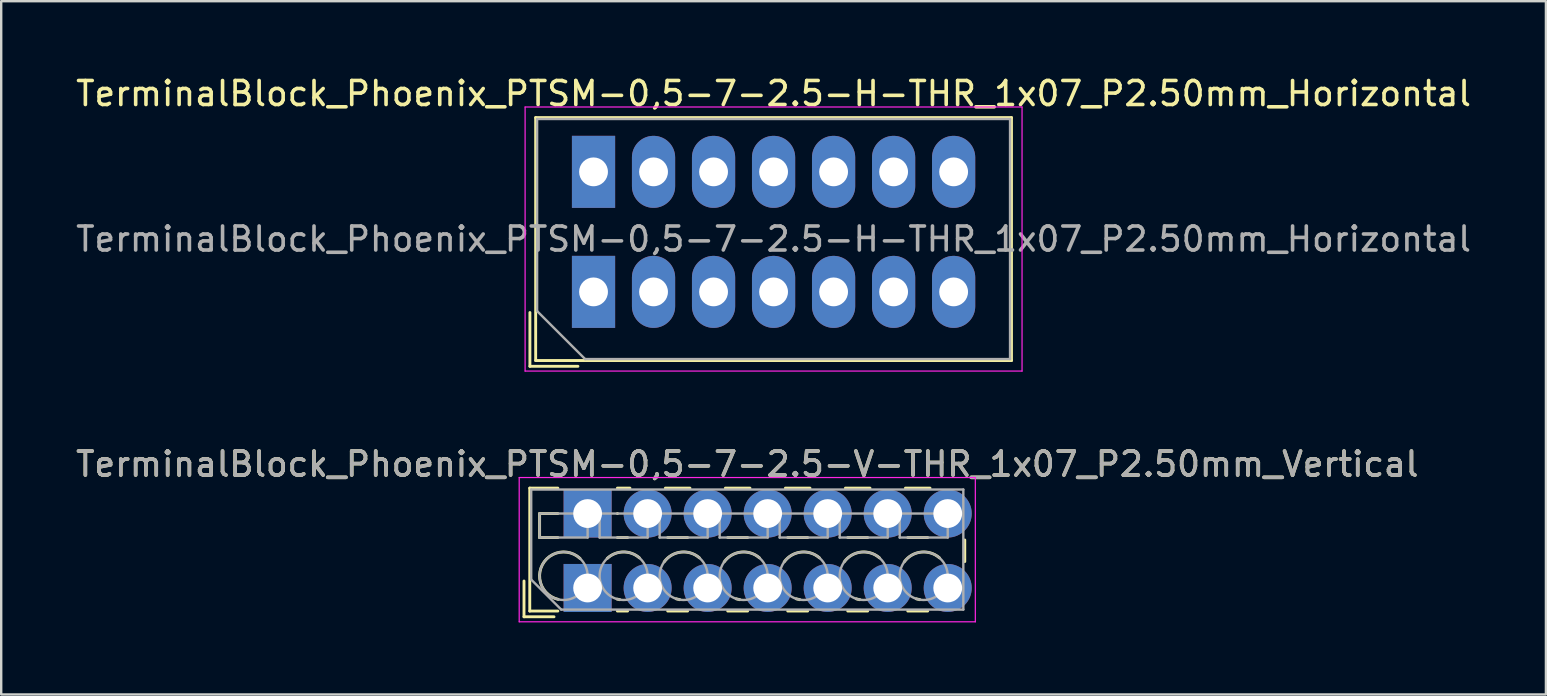
<source format=kicad_pcb>
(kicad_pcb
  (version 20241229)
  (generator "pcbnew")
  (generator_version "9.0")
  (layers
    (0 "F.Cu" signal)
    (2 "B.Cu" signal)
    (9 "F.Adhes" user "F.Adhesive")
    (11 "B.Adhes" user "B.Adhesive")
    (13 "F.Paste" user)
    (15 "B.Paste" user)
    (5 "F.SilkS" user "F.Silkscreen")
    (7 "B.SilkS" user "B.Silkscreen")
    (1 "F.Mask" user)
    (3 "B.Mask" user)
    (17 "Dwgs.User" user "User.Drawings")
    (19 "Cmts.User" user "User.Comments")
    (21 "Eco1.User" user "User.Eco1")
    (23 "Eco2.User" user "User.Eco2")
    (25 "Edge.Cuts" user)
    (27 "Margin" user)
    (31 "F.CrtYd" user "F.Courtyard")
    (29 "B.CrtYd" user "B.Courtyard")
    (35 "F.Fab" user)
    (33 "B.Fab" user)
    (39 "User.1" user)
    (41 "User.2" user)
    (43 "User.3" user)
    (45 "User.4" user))
  (footprint "TerminalBlock_Phoenix_PTSM-0,5-7-2.5-V-THR_1x07_P2.50mm_Vertical"
    (layer "F.Cu")
    (at 21.427 21.442)
    (property "Reference" "TerminalBlock_Phoenix_PTSM-0,5-7-2.5-V-THR_1x07_P2.50mm_Vertical" (at 6.65 -5.16 0) (layer "F.SilkS") (effects (font (size 1 1) (thickness 0.15))))
    (attr through_hole)
    (fp_line (start -2.65 -0.29) (end -2.65 1.2) (stroke (width 0.12) (type solid)) (layer "F.SilkS"))
    (fp_line (start -2.65 1.2) (end -1.4 1.2) (stroke (width 0.12) (type solid)) (layer "F.SilkS"))
    (fp_line (start -2.41 -4.16) (end -2.41 0.961) (stroke (width 0.12) (type solid)) (layer "F.SilkS"))
    (fp_line (start -2.41 -4.16) (end -1.24 -4.16) (stroke (width 0.12) (type solid)) (layer "F.SilkS"))
    (fp_line (start -2.41 0.961) (end -1.24 0.961) (stroke (width 0.12) (type solid)) (layer "F.SilkS"))
    (fp_line (start -2 -3.1) (end -2 -2.1) (stroke (width 0.12) (type solid)) (layer "F.SilkS"))
    (fp_line (start -2 -3.1) (end -1.24 -3.1) (stroke (width 0.12) (type solid)) (layer "F.SilkS"))
    (fp_line (start -2 -2.1) (end -1.24 -2.1) (stroke (width 0.12) (type solid)) (layer "F.SilkS"))
    (fp_line (start 1.24 -4.16) (end 1.763 -4.16) (stroke (width 0.12) (type solid)) (layer "F.SilkS"))
    (fp_line (start 1.24 -3.1) (end 1.245 -3.1) (stroke (width 0.12) (type solid)) (layer "F.SilkS"))
    (fp_line (start 1.24 -2.1) (end 1.665 -2.1) (stroke (width 0.12) (type solid)) (layer "F.SilkS"))
    (fp_line (start 1.24 0.961) (end 1.665 0.961) (stroke (width 0.12) (type solid)) (layer "F.SilkS"))
    (fp_line (start 3.238 -4.16) (end 4.263 -4.16) (stroke (width 0.12) (type solid)) (layer "F.SilkS"))
    (fp_line (start 3.336 -2.1) (end 4.165 -2.1) (stroke (width 0.12) (type solid)) (layer "F.SilkS"))
    (fp_line (start 3.336 0.961) (end 4.165 0.961) (stroke (width 0.12) (type solid)) (layer "F.SilkS"))
    (fp_line (start 5.738 -4.16) (end 6.763 -4.16) (stroke (width 0.12) (type solid)) (layer "F.SilkS"))
    (fp_line (start 5.836 -2.1) (end 6.665 -2.1) (stroke (width 0.12) (type solid)) (layer "F.SilkS"))
    (fp_line (start 5.836 0.961) (end 6.665 0.961) (stroke (width 0.12) (type solid)) (layer "F.SilkS"))
    (fp_line (start 8.238 -4.16) (end 9.263 -4.16) (stroke (width 0.12) (type solid)) (layer "F.SilkS"))
    (fp_line (start 8.336 -2.1) (end 9.165 -2.1) (stroke (width 0.12) (type solid)) (layer "F.SilkS"))
    (fp_line (start 8.336 0.961) (end 9.165 0.961) (stroke (width 0.12) (type solid)) (layer "F.SilkS"))
    (fp_line (start 10.738 -4.16) (end 11.763 -4.16) (stroke (width 0.12) (type solid)) (layer "F.SilkS"))
    (fp_line (start 10.836 -2.1) (end 11.665 -2.1) (stroke (width 0.12) (type solid)) (layer "F.SilkS"))
    (fp_line (start 10.836 0.961) (end 11.665 0.961) (stroke (width 0.12) (type solid)) (layer "F.SilkS"))
    (fp_line (start 13.238 -4.16) (end 14.263 -4.16) (stroke (width 0.12) (type solid)) (layer "F.SilkS"))
    (fp_line (start 13.336 -2.1) (end 14.165 -2.1) (stroke (width 0.12) (type solid)) (layer "F.SilkS"))
    (fp_line (start 13.336 0.961) (end 14.165 0.961) (stroke (width 0.12) (type solid)) (layer "F.SilkS"))
    (fp_line (start 15.71 -2) (end 15.71 -1.1) (stroke (width 0.12) (type solid)) (layer "F.SilkS"))
    (fp_arc (start -1.224629 0.474931) (mid -1.883573 -0.969306) (end -0.318 -1.232) (stroke (width 0.12) (type solid)) (layer "F.SilkS"))
    (fp_arc (start 0.817811 -1.23232) (mid 1.483053 -1.500693) (end 2.157 -1.255) (stroke (width 0.12) (type solid)) (layer "F.SilkS"))
    (fp_arc (start 1.344288 0.488343) (mid 1.284242 0.476994) (end 1.225 0.462) (stroke (width 0.12) (type solid)) (layer "F.SilkS"))
    (fp_arc (start 3.190612 -1.088697) (mid 3.887218 -1.494461) (end 4.657 -1.255) (stroke (width 0.12) (type solid)) (layer "F.SilkS"))
    (fp_arc (start 3.84373 0.488618) (mid 3.766646 0.47331) (end 3.691 0.452) (stroke (width 0.12) (type solid)) (layer "F.SilkS"))
    (fp_arc (start 5.690612 -1.088697) (mid 6.387218 -1.494461) (end 7.157 -1.255) (stroke (width 0.12) (type solid)) (layer "F.SilkS"))
    (fp_arc (start 6.34373 0.488618) (mid 6.266646 0.47331) (end 6.191 0.452) (stroke (width 0.12) (type solid)) (layer "F.SilkS"))
    (fp_arc (start 8.190612 -1.088697) (mid 8.887218 -1.494461) (end 9.657 -1.255) (stroke (width 0.12) (type solid)) (layer "F.SilkS"))
    (fp_arc (start 8.84373 0.488618) (mid 8.766646 0.47331) (end 8.691 0.452) (stroke (width 0.12) (type solid)) (layer "F.SilkS"))
    (fp_arc (start 10.690612 -1.088697) (mid 11.387218 -1.494461) (end 12.157 -1.255) (stroke (width 0.12) (type solid)) (layer "F.SilkS"))
    (fp_arc (start 11.34373 0.488618) (mid 11.266646 0.47331) (end 11.191 0.452) (stroke (width 0.12) (type solid)) (layer "F.SilkS"))
    (fp_arc (start 13.190612 -1.088697) (mid 13.887218 -1.494461) (end 14.657 -1.255) (stroke (width 0.12) (type solid)) (layer "F.SilkS"))
    (fp_arc (start 13.84373 0.488618) (mid 13.766646 0.47331) (end 13.691 0.452) (stroke (width 0.12) (type solid)) (layer "F.SilkS"))
    (fp_line (start -2.85 -4.6) (end -2.85 1.41) (stroke (width 0.05) (type solid)) (layer "F.CrtYd"))
    (fp_line (start -2.85 1.41) (end 16.15 1.41) (stroke (width 0.05) (type solid)) (layer "F.CrtYd"))
    (fp_line (start 16.15 -4.6) (end -2.85 -4.6) (stroke (width 0.05) (type solid)) (layer "F.CrtYd"))
    (fp_line (start 16.15 1.41) (end 16.15 -4.6) (stroke (width 0.05) (type solid)) (layer "F.CrtYd"))
    (fp_line (start -2.35 -4.1) (end 15.65 -4.1) (stroke (width 0.1) (type solid)) (layer "F.Fab"))
    (fp_line (start -2.35 -0.35) (end -2.35 -4.1) (stroke (width 0.1) (type solid)) (layer "F.Fab"))
    (fp_line (start -2 -3.1) (end -2 -2.1) (stroke (width 0.1) (type solid)) (layer "F.Fab"))
    (fp_line (start -2 -2.1) (end 0 -2.1) (stroke (width 0.1) (type solid)) (layer "F.Fab"))
    (fp_line (start -1.1 0.9) (end -2.35 -0.35) (stroke (width 0.1) (type solid)) (layer "F.Fab"))
    (fp_line (start 0 -3.1) (end -2 -3.1) (stroke (width 0.1) (type solid)) (layer "F.Fab"))
    (fp_line (start 0 -2.1) (end 0 -3.1) (stroke (width 0.1) (type solid)) (layer "F.Fab"))
    (fp_line (start 0.5 -3.1) (end 0.5 -2.1) (stroke (width 0.1) (type solid)) (layer "F.Fab"))
    (fp_line (start 0.5 -2.1) (end 2.5 -2.1) (stroke (width 0.1) (type solid)) (layer "F.Fab"))
    (fp_line (start 2.5 -3.1) (end 0.5 -3.1) (stroke (width 0.1) (type solid)) (layer "F.Fab"))
    (fp_line (start 2.5 -2.1) (end 2.5 -3.1) (stroke (width 0.1) (type solid)) (layer "F.Fab"))
    (fp_line (start 3 -3.1) (end 3 -2.1) (stroke (width 0.1) (type solid)) (layer "F.Fab"))
    (fp_line (start 3 -2.1) (end 5 -2.1) (stroke (width 0.1) (type solid)) (layer "F.Fab"))
    (fp_line (start 5 -3.1) (end 3 -3.1) (stroke (width 0.1) (type solid)) (layer "F.Fab"))
    (fp_line (start 5 -2.1) (end 5 -3.1) (stroke (width 0.1) (type solid)) (layer "F.Fab"))
    (fp_line (start 5.5 -3.1) (end 5.5 -2.1) (stroke (width 0.1) (type solid)) (layer "F.Fab"))
    (fp_line (start 5.5 -2.1) (end 7.5 -2.1) (stroke (width 0.1) (type solid)) (layer "F.Fab"))
    (fp_line (start 7.5 -3.1) (end 5.5 -3.1) (stroke (width 0.1) (type solid)) (layer "F.Fab"))
    (fp_line (start 7.5 -2.1) (end 7.5 -3.1) (stroke (width 0.1) (type solid)) (layer "F.Fab"))
    (fp_line (start 8 -3.1) (end 8 -2.1) (stroke (width 0.1) (type solid)) (layer "F.Fab"))
    (fp_line (start 8 -2.1) (end 10 -2.1) (stroke (width 0.1) (type solid)) (layer "F.Fab"))
    (fp_line (start 10 -3.1) (end 8 -3.1) (stroke (width 0.1) (type solid)) (layer "F.Fab"))
    (fp_line (start 10 -2.1) (end 10 -3.1) (stroke (width 0.1) (type solid)) (layer "F.Fab"))
    (fp_line (start 10.5 -3.1) (end 10.5 -2.1) (stroke (width 0.1) (type solid)) (layer "F.Fab"))
    (fp_line (start 10.5 -2.1) (end 12.5 -2.1) (stroke (width 0.1) (type solid)) (layer "F.Fab"))
    (fp_line (start 12.5 -3.1) (end 10.5 -3.1) (stroke (width 0.1) (type solid)) (layer "F.Fab"))
    (fp_line (start 12.5 -2.1) (end 12.5 -3.1) (stroke (width 0.1) (type solid)) (layer "F.Fab"))
    (fp_line (start 13 -3.1) (end 13 -2.1) (stroke (width 0.1) (type solid)) (layer "F.Fab"))
    (fp_line (start 13 -2.1) (end 15 -2.1) (stroke (width 0.1) (type solid)) (layer "F.Fab"))
    (fp_line (start 15 -3.1) (end 13 -3.1) (stroke (width 0.1) (type solid)) (layer "F.Fab"))
    (fp_line (start 15 -2.1) (end 15 -3.1) (stroke (width 0.1) (type solid)) (layer "F.Fab"))
    (fp_line (start 15.65 -4.1) (end 15.65 0.9) (stroke (width 0.1) (type solid)) (layer "F.Fab"))
    (fp_line (start 15.65 0.9) (end -1.1 0.9) (stroke (width 0.1) (type solid)) (layer "F.Fab"))
    (fp_circle (center -1 -0.5) (end 0 -0.5) (stroke (width 0.1) (type solid)) (fill no) (layer "F.Fab"))
    (fp_circle (center 1.5 -0.5) (end 2.5 -0.5) (stroke (width 0.1) (type solid)) (fill no) (layer "F.Fab"))
    (fp_circle (center 4 -0.5) (end 5 -0.5) (stroke (width 0.1) (type solid)) (fill no) (layer "F.Fab"))
    (fp_circle (center 6.5 -0.5) (end 7.5 -0.5) (stroke (width 0.1) (type solid)) (fill no) (layer "F.Fab"))
    (fp_circle (center 9 -0.5) (end 10 -0.5) (stroke (width 0.1) (type solid)) (fill no) (layer "F.Fab"))
    (fp_circle (center 11.5 -0.5) (end 12.5 -0.5) (stroke (width 0.1) (type solid)) (fill no) (layer "F.Fab"))
    (fp_circle (center 14 -0.5) (end 15 -0.5) (stroke (width 0.1) (type solid)) (fill no) (layer "F.Fab"))
    (fp_text user "${REFERENCE}" (at 6.65 -5.16 0) (layer "F.Fab") (effects (font (size 1 1) (thickness 0.15))))
    (pad "1" thru_hole rect (at 0 -3.1) (size 2 2) (drill 1.2) (layers "*.Cu" "*.Mask"))
    (pad "1" thru_hole rect (at 0 0) (size 2 2) (drill 1.2) (layers "*.Cu" "*.Mask"))
    (pad "2" thru_hole circle (at 2.5 -3.1) (size 2 2) (drill 1.2) (layers "*.Cu" "*.Mask"))
    (pad "2" thru_hole circle (at 2.5 0) (size 2 2) (drill 1.2) (layers "*.Cu" "*.Mask"))
    (pad "3" thru_hole circle (at 5 -3.1) (size 2 2) (drill 1.2) (layers "*.Cu" "*.Mask"))
    (pad "3" thru_hole circle (at 5 0) (size 2 2) (drill 1.2) (layers "*.Cu" "*.Mask"))
    (pad "4" thru_hole circle (at 7.5 -3.1) (size 2 2) (drill 1.2) (layers "*.Cu" "*.Mask"))
    (pad "4" thru_hole circle (at 7.5 0) (size 2 2) (drill 1.2) (layers "*.Cu" "*.Mask"))
    (pad "5" thru_hole circle (at 10 -3.1) (size 2 2) (drill 1.2) (layers "*.Cu" "*.Mask"))
    (pad "5" thru_hole circle (at 10 0) (size 2 2) (drill 1.2) (layers "*.Cu" "*.Mask"))
    (pad "6" thru_hole circle (at 12.5 -3.1) (size 2 2) (drill 1.2) (layers "*.Cu" "*.Mask"))
    (pad "6" thru_hole circle (at 12.5 0) (size 2 2) (drill 1.2) (layers "*.Cu" "*.Mask"))
    (pad "7" thru_hole circle (at 15 -3.1) (size 2 2) (drill 1.2) (layers "*.Cu" "*.Mask"))
    (pad "7" thru_hole circle (at 15 0) (size 2 2) (drill 1.2) (layers "*.Cu" "*.Mask")))
  (footprint "TerminalBlock_Phoenix_PTSM-0,5-7-2.5-H-THR_1x07_P2.50mm_Horizontal"
    (layer "F.Cu")
    (at 21.673 9.108)
    (property "Reference" "TerminalBlock_Phoenix_PTSM-0,5-7-2.5-H-THR_1x07_P2.50mm_Horizontal" (at 7.5 -8.26 0) (layer "F.SilkS") (effects (font (size 1 1) (thickness 0.15))))
    (attr through_hole)
    (fp_line (start -2.65 0.86) (end -2.65 3.1) (stroke (width 0.12) (type solid)) (layer "F.SilkS"))
    (fp_line (start -2.65 3.1) (end -0.65 3.1) (stroke (width 0.12) (type solid)) (layer "F.SilkS"))
    (fp_line (start -2.41 -7.26) (end -2.41 2.86) (stroke (width 0.12) (type solid)) (layer "F.SilkS"))
    (fp_line (start -2.41 -7.26) (end 17.41 -7.26) (stroke (width 0.12) (type solid)) (layer "F.SilkS"))
    (fp_line (start -2.41 2.86) (end 17.41 2.86) (stroke (width 0.12) (type solid)) (layer "F.SilkS"))
    (fp_line (start 17.41 -7.26) (end 17.41 2.86) (stroke (width 0.12) (type solid)) (layer "F.SilkS"))
    (fp_line (start -2.85 -7.7) (end -2.85 3.3) (stroke (width 0.05) (type solid)) (layer "F.CrtYd"))
    (fp_line (start -2.85 3.3) (end 17.85 3.3) (stroke (width 0.05) (type solid)) (layer "F.CrtYd"))
    (fp_line (start 17.85 -7.7) (end -2.85 -7.7) (stroke (width 0.05) (type solid)) (layer "F.CrtYd"))
    (fp_line (start 17.85 3.3) (end 17.85 -7.7) (stroke (width 0.05) (type solid)) (layer "F.CrtYd"))
    (fp_line (start -2.35 -7.2) (end 17.35 -7.2) (stroke (width 0.1) (type solid)) (layer "F.Fab"))
    (fp_line (start -2.35 0.8) (end -2.35 -7.2) (stroke (width 0.1) (type solid)) (layer "F.Fab"))
    (fp_line (start -0.35 2.8) (end -2.35 0.8) (stroke (width 0.1) (type solid)) (layer "F.Fab"))
    (fp_line (start 17.35 -7.2) (end 17.35 2.8) (stroke (width 0.1) (type solid)) (layer "F.Fab"))
    (fp_line (start 17.35 2.8) (end -0.35 2.8) (stroke (width 0.1) (type solid)) (layer "F.Fab"))
    (fp_text user "${REFERENCE}" (at 7.5 -2.2 0) (layer "F.Fab") (effects (font (size 1 1) (thickness 0.15))))
    (pad "1" thru_hole rect (at 0 -5) (size 1.8 3) (drill 1.2) (layers "*.Cu" "*.Mask"))
    (pad "1" thru_hole rect (at 0 0) (size 1.8 3) (drill 1.2) (layers "*.Cu" "*.Mask"))
    (pad "2" thru_hole oval (at 2.5 -5) (size 1.8 3) (drill 1.2) (layers "*.Cu" "*.Mask"))
    (pad "2" thru_hole oval (at 2.5 0) (size 1.8 3) (drill 1.2) (layers "*.Cu" "*.Mask"))
    (pad "3" thru_hole oval (at 5 -5) (size 1.8 3) (drill 1.2) (layers "*.Cu" "*.Mask"))
    (pad "3" thru_hole oval (at 5 0) (size 1.8 3) (drill 1.2) (layers "*.Cu" "*.Mask"))
    (pad "4" thru_hole oval (at 7.5 -5) (size 1.8 3) (drill 1.2) (layers "*.Cu" "*.Mask"))
    (pad "4" thru_hole oval (at 7.5 0) (size 1.8 3) (drill 1.2) (layers "*.Cu" "*.Mask"))
    (pad "5" thru_hole oval (at 10 -5) (size 1.8 3) (drill 1.2) (layers "*.Cu" "*.Mask"))
    (pad "5" thru_hole oval (at 10 0) (size 1.8 3) (drill 1.2) (layers "*.Cu" "*.Mask"))
    (pad "6" thru_hole oval (at 12.5 -5) (size 1.8 3) (drill 1.2) (layers "*.Cu" "*.Mask"))
    (pad "6" thru_hole oval (at 12.5 0) (size 1.8 3) (drill 1.2) (layers "*.Cu" "*.Mask"))
    (pad "7" thru_hole oval (at 15 -5) (size 1.8 3) (drill 1.2) (layers "*.Cu" "*.Mask"))
    (pad "7" thru_hole oval (at 15 0) (size 1.8 3) (drill 1.2) (layers "*.Cu" "*.Mask")))
  (gr_rect
    (start -3 -3)
    (end 61.345 25.877)
    (stroke (width 0.1) (type default))
    (fill no)
    (layer "Edge.Cuts")))
</source>
